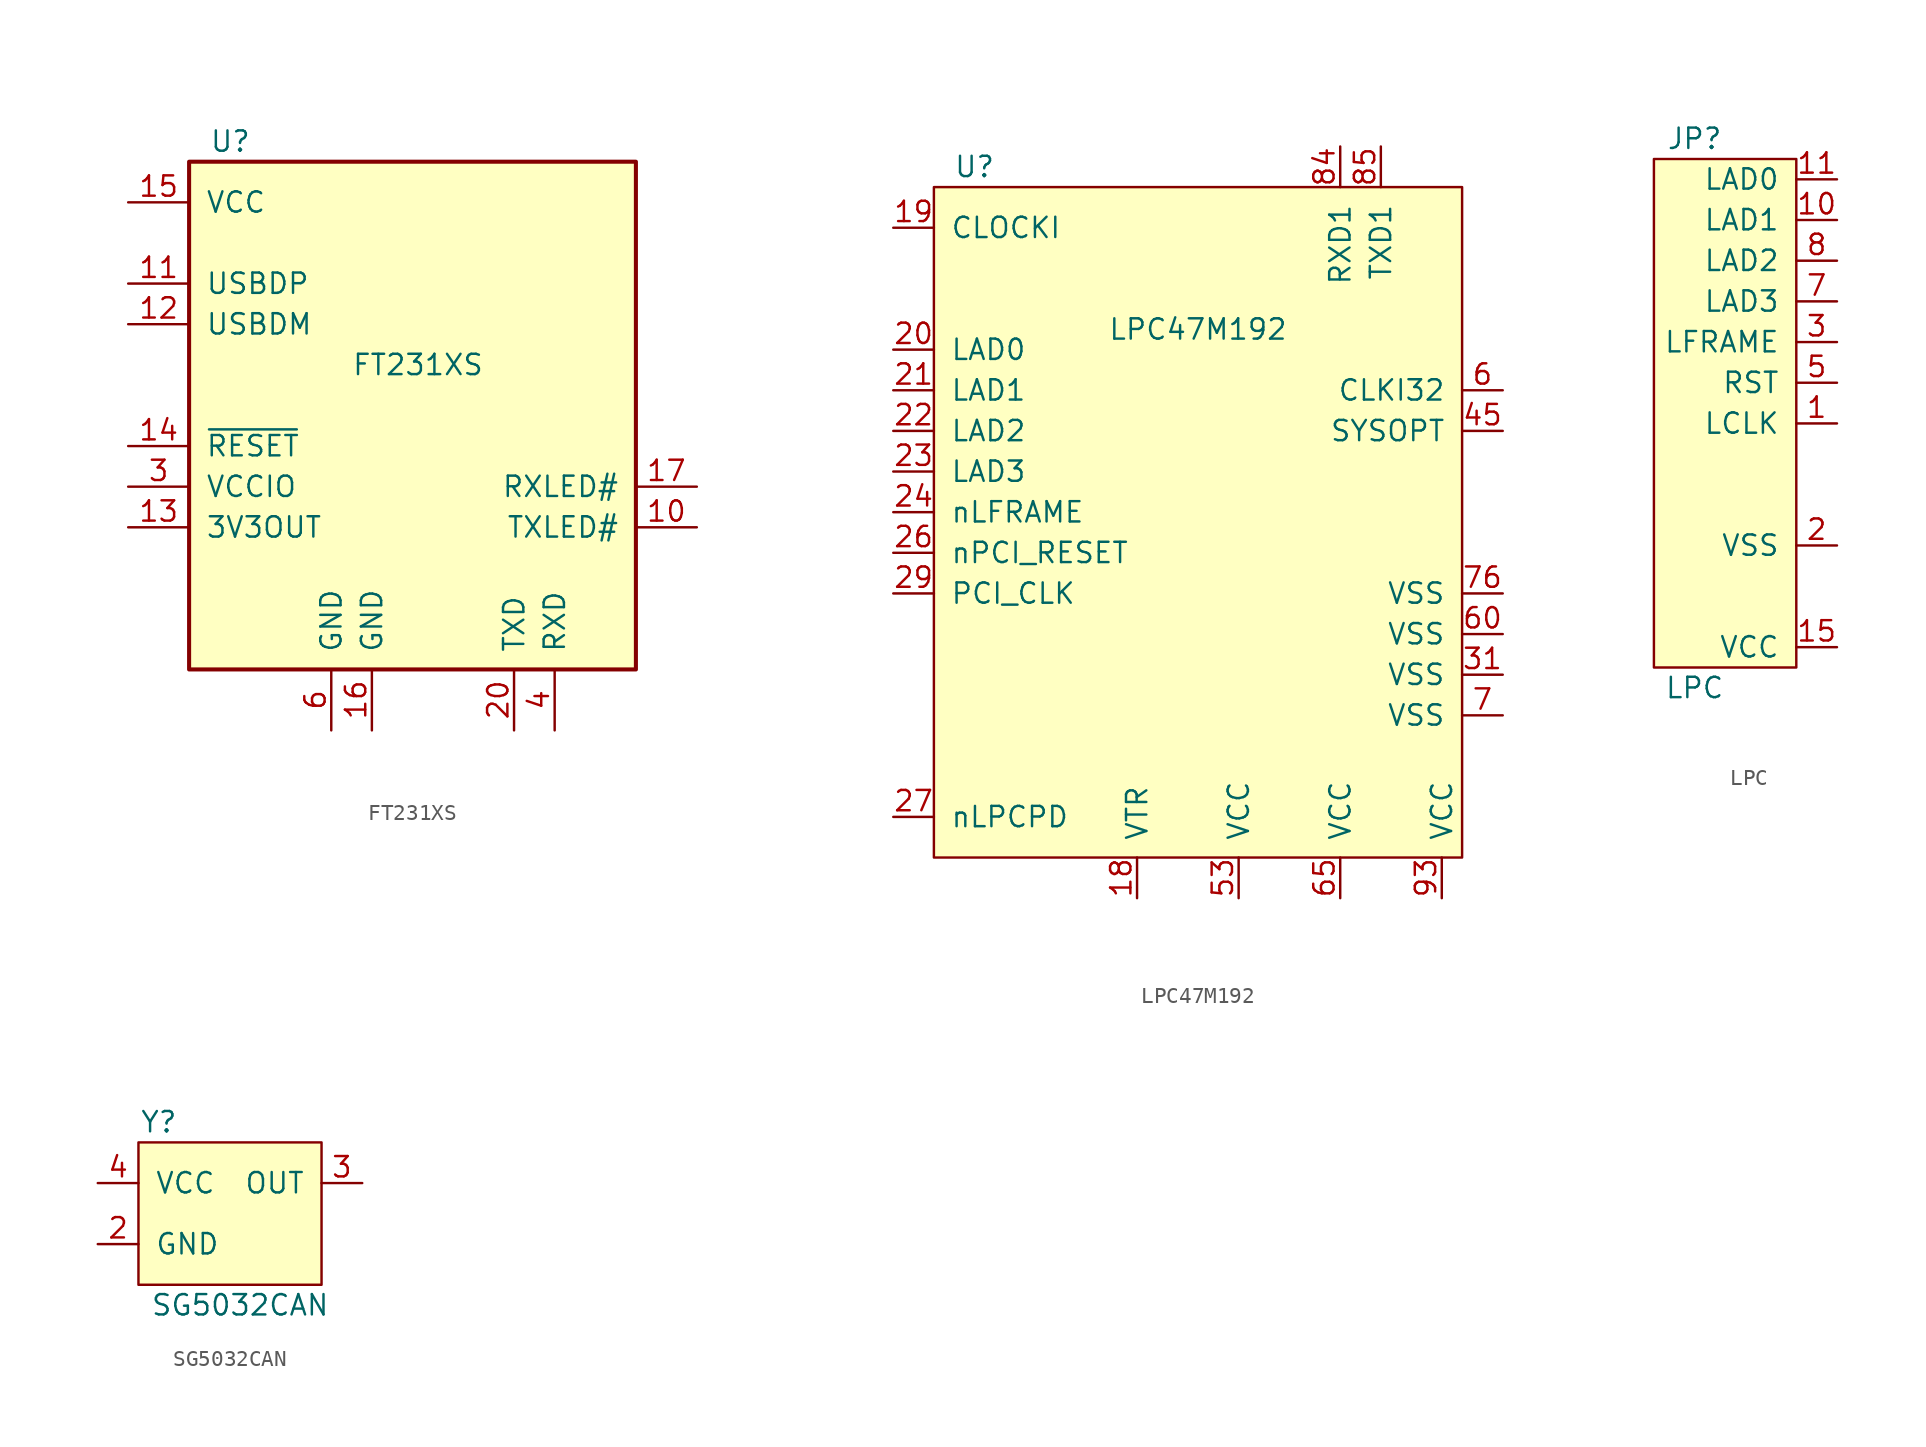
<source format=kicad_sym>
(kicad_symbol_lib
  (version 20220914)
  (generator kicad_symbol_editor)
  (symbol "FT231XS"
    (pin_names
      (offset 1.016))
    (property "Reference" "U"
      (at -12.7 13.97 0)
      (effects (font (size 1.27 1.27)) (justify left)))
    (property "Value" "FT231XS"
      (at -3.81 0 0)
      (effects (font (size 1.27 1.27)) (justify left)))
    (symbol "FT231XS_0_1"
      (rectangle (start -13.97 12.7) (end 13.97 -19.05) (stroke (width 0.254) (type solid)) (fill (type background))))
    (symbol "FT231XS_1_1"
      (pin bidirectional line (at 17.78 -10.16 180) (length 3.81) (name "TXLED#" (effects (font (size 1.27 1.27)))) (number "10" (effects (font (size 1.27 1.27)))))
      (pin bidirectional line (at -17.78 5.08 0) (length 3.81) (name "USBDP" (effects (font (size 1.27 1.27)))) (number "11" (effects (font (size 1.27 1.27)))))
      (pin bidirectional line (at -17.78 2.54 0) (length 3.81) (name "USBDM" (effects (font (size 1.27 1.27)))) (number "12" (effects (font (size 1.27 1.27)))))
      (pin power_out line (at -17.78 -10.16 0) (length 3.81) (name "3V3OUT" (effects (font (size 1.27 1.27)))) (number "13" (effects (font (size 1.27 1.27)))))
      (pin input line (at -17.78 -5.08 0) (length 3.81) (name "~{RESET}" (effects (font (size 1.27 1.27)))) (number "14" (effects (font (size 1.27 1.27)))))
      (pin power_in line (at -17.78 10.16 0) (length 3.81) (name "VCC" (effects (font (size 1.27 1.27)))) (number "15" (effects (font (size 1.27 1.27)))))
      (pin power_in line (at -2.54 -22.86 90) (length 3.81) (name "GND" (effects (font (size 1.27 1.27)))) (number "16" (effects (font (size 1.27 1.27)))))
      (pin bidirectional line (at 17.78 -7.62 180) (length 3.81) (name "RXLED#" (effects (font (size 1.27 1.27)))) (number "17" (effects (font (size 1.27 1.27)))))
      (pin output line (at 6.35 -22.86 90) (length 3.81) (name "TXD" (effects (font (size 1.27 1.27)))) (number "20" (effects (font (size 1.27 1.27)))))
      (pin power_in line (at -17.78 -7.62 0) (length 3.81) (name "VCCIO" (effects (font (size 1.27 1.27)))) (number "3" (effects (font (size 1.27 1.27)))))
      (pin input line (at 8.89 -22.86 90) (length 3.81) (name "RXD" (effects (font (size 1.27 1.27)))) (number "4" (effects (font (size 1.27 1.27)))))
      (pin power_in line (at -5.08 -22.86 90) (length 3.81) (name "GND" (effects (font (size 1.27 1.27)))) (number "6" (effects (font (size 1.27 1.27)))))))
  (symbol "LPC47M192"
    (pin_names
      (offset 1.016))
    (property "Reference" "U"
      (at 2.54 43.18 0)
      (effects (font (size 1.27 1.27))))
    (property "Value" "LPC47M192"
      (at 16.51 33.02 0)
      (effects (font (size 1.27 1.27))))
    (symbol "LPC47M192_0_1"
      (rectangle (start 0 41.91) (end 33.02 0) (stroke (width 0) (type solid)) (fill (type background))))
    (symbol "LPC47M192_1_1"
      (pin power_in line (at 12.7 -2.54 90) (length 2.54) (name "VTR" (effects (font (size 1.27 1.27)))) (number "18" (effects (font (size 1.27 1.27)))))
      (pin input line (at -2.54 39.37 0) (length 2.54) (name "CLOCKI" (effects (font (size 1.27 1.27)))) (number "19" (effects (font (size 1.27 1.27)))))
      (pin bidirectional line (at -2.54 31.75 0) (length 2.54) (name "LAD0" (effects (font (size 1.27 1.27)))) (number "20" (effects (font (size 1.27 1.27)))))
      (pin bidirectional line (at -2.54 29.21 0) (length 2.54) (name "LAD1" (effects (font (size 1.27 1.27)))) (number "21" (effects (font (size 1.27 1.27)))))
      (pin bidirectional line (at -2.54 26.67 0) (length 2.54) (name "LAD2" (effects (font (size 1.27 1.27)))) (number "22" (effects (font (size 1.27 1.27)))))
      (pin bidirectional line (at -2.54 24.13 0) (length 2.54) (name "LAD3" (effects (font (size 1.27 1.27)))) (number "23" (effects (font (size 1.27 1.27)))))
      (pin input line (at -2.54 21.59 0) (length 2.54) (name "nLFRAME" (effects (font (size 1.27 1.27)))) (number "24" (effects (font (size 1.27 1.27)))))
      (pin input line (at -2.54 19.05 0) (length 2.54) (name "nPCI_RESET" (effects (font (size 1.27 1.27)))) (number "26" (effects (font (size 1.27 1.27)))))
      (pin input line (at -2.54 2.54 0) (length 2.54) (name "nLPCPD" (effects (font (size 1.27 1.27)))) (number "27" (effects (font (size 1.27 1.27)))))
      (pin input line (at -2.54 16.51 0) (length 2.54) (name "PCI_CLK" (effects (font (size 1.27 1.27)))) (number "29" (effects (font (size 1.27 1.27)))))
      (pin power_in line (at 35.56 11.43 180) (length 2.54) (name "VSS" (effects (font (size 1.27 1.27)))) (number "31" (effects (font (size 1.27 1.27)))))
      (pin bidirectional line (at 35.56 26.67 180) (length 2.54) (name "SYSOPT" (effects (font (size 1.27 1.27)))) (number "45" (effects (font (size 1.27 1.27)))))
      (pin power_in line (at 19.05 -2.54 90) (length 2.54) (name "VCC" (effects (font (size 1.27 1.27)))) (number "53" (effects (font (size 1.27 1.27)))))
      (pin input line (at 35.56 29.21 180) (length 2.54) (name "CLKI32" (effects (font (size 1.27 1.27)))) (number "6" (effects (font (size 1.27 1.27)))))
      (pin power_in line (at 35.56 13.97 180) (length 2.54) (name "VSS" (effects (font (size 1.27 1.27)))) (number "60" (effects (font (size 1.27 1.27)))))
      (pin power_in line (at 25.4 -2.54 90) (length 2.54) (name "VCC" (effects (font (size 1.27 1.27)))) (number "65" (effects (font (size 1.27 1.27)))))
      (pin power_in line (at 35.56 8.89 180) (length 2.54) (name "VSS" (effects (font (size 1.27 1.27)))) (number "7" (effects (font (size 1.27 1.27)))))
      (pin power_in line (at 35.56 16.51 180) (length 2.54) (name "VSS" (effects (font (size 1.27 1.27)))) (number "76" (effects (font (size 1.27 1.27)))))
      (pin input line (at 25.4 44.45 270) (length 2.54) (name "RXD1" (effects (font (size 1.27 1.27)))) (number "84" (effects (font (size 1.27 1.27)))))
      (pin output line (at 27.94 44.45 270) (length 2.54) (name "TXD1" (effects (font (size 1.27 1.27)))) (number "85" (effects (font (size 1.27 1.27)))))
      (pin power_in line (at 31.75 -2.54 90) (length 2.54) (name "VCC" (effects (font (size 1.27 1.27)))) (number "93" (effects (font (size 1.27 1.27)))))))
  (symbol "LPC"
    (pin_names
      (offset 1.016))
    (property "Reference" "JP"
      (at 2.54 33.02 0)
      (effects (font (size 1.27 1.27))))
    (property "Value" "LPC"
      (at 2.54 -1.27 0)
      (effects (font (size 1.27 1.27))))
    (symbol "LPC_0_0"
      (rectangle (start 0 0) (end 8.89 31.75) (stroke (width 0) (type solid)) (fill (type background))))
    (symbol "LPC_1_1"
      (pin output line (at 11.43 15.24 180) (length 2.54) (name "LCLK" (effects (font (size 1.27 1.27)))) (number "1" (effects (font (size 1.27 1.27)))))
      (pin bidirectional line (at 11.43 27.94 180) (length 2.54) (name "LAD1" (effects (font (size 1.27 1.27)))) (number "10" (effects (font (size 1.27 1.27)))))
      (pin bidirectional line (at 11.43 30.48 180) (length 2.54) (name "LAD0" (effects (font (size 1.27 1.27)))) (number "11" (effects (font (size 1.27 1.27)))))
      (pin power_out line (at 11.43 1.27 180) (length 2.54) (name "VCC" (effects (font (size 1.27 1.27)))) (number "15" (effects (font (size 1.27 1.27)))))
      (pin power_out line (at 11.43 7.62 180) (length 2.54) (name "VSS" (effects (font (size 1.27 1.27)))) (number "2" (effects (font (size 1.27 1.27)))))
      (pin output line (at 11.43 20.32 180) (length 2.54) (name "LFRAME" (effects (font (size 1.27 1.27)))) (number "3" (effects (font (size 1.27 1.27)))))
      (pin output line (at 11.43 17.78 180) (length 2.54) (name "RST" (effects (font (size 1.27 1.27)))) (number "5" (effects (font (size 1.27 1.27)))))
      (pin bidirectional line (at 11.43 22.86 180) (length 2.54) (name "LAD3" (effects (font (size 1.27 1.27)))) (number "7" (effects (font (size 1.27 1.27)))))
      (pin bidirectional line (at 11.43 25.4 180) (length 2.54) (name "LAD2" (effects (font (size 1.27 1.27)))) (number "8" (effects (font (size 1.27 1.27)))))))
  (symbol "SG5032CAN"
    (pin_names
      (offset 1.016))
    (property "Reference" "Y"
      (at 1.27 10.16 0)
      (effects (font (size 1.27 1.27))))
    (property "Value" "SG5032CAN"
      (at 6.35 -1.27 0)
      (effects (font (size 1.27 1.27))))
    (symbol "SG5032CAN_0_0"
      (rectangle (start 0 0) (end 11.43 8.89) (stroke (width 0) (type solid)) (fill (type background))))
    (symbol "SG5032CAN_1_1"
      (pin input line (at 13.97 2.54 180) (length 2.54) hide (name "OE" (effects (font (size 1.27 1.27)))) (number "1" (effects (font (size 1.27 1.27)))))
      (pin power_in line (at -2.54 2.54 0) (length 2.54) (name "GND" (effects (font (size 1.27 1.27)))) (number "2" (effects (font (size 1.27 1.27)))))
      (pin output line (at 13.97 6.35 180) (length 2.54) (name "OUT" (effects (font (size 1.27 1.27)))) (number "3" (effects (font (size 1.27 1.27)))))
      (pin power_in line (at -2.54 6.35 0) (length 2.54) (name "VCC" (effects (font (size 1.27 1.27)))) (number "4" (effects (font (size 1.27 1.27))))))))
</source>
